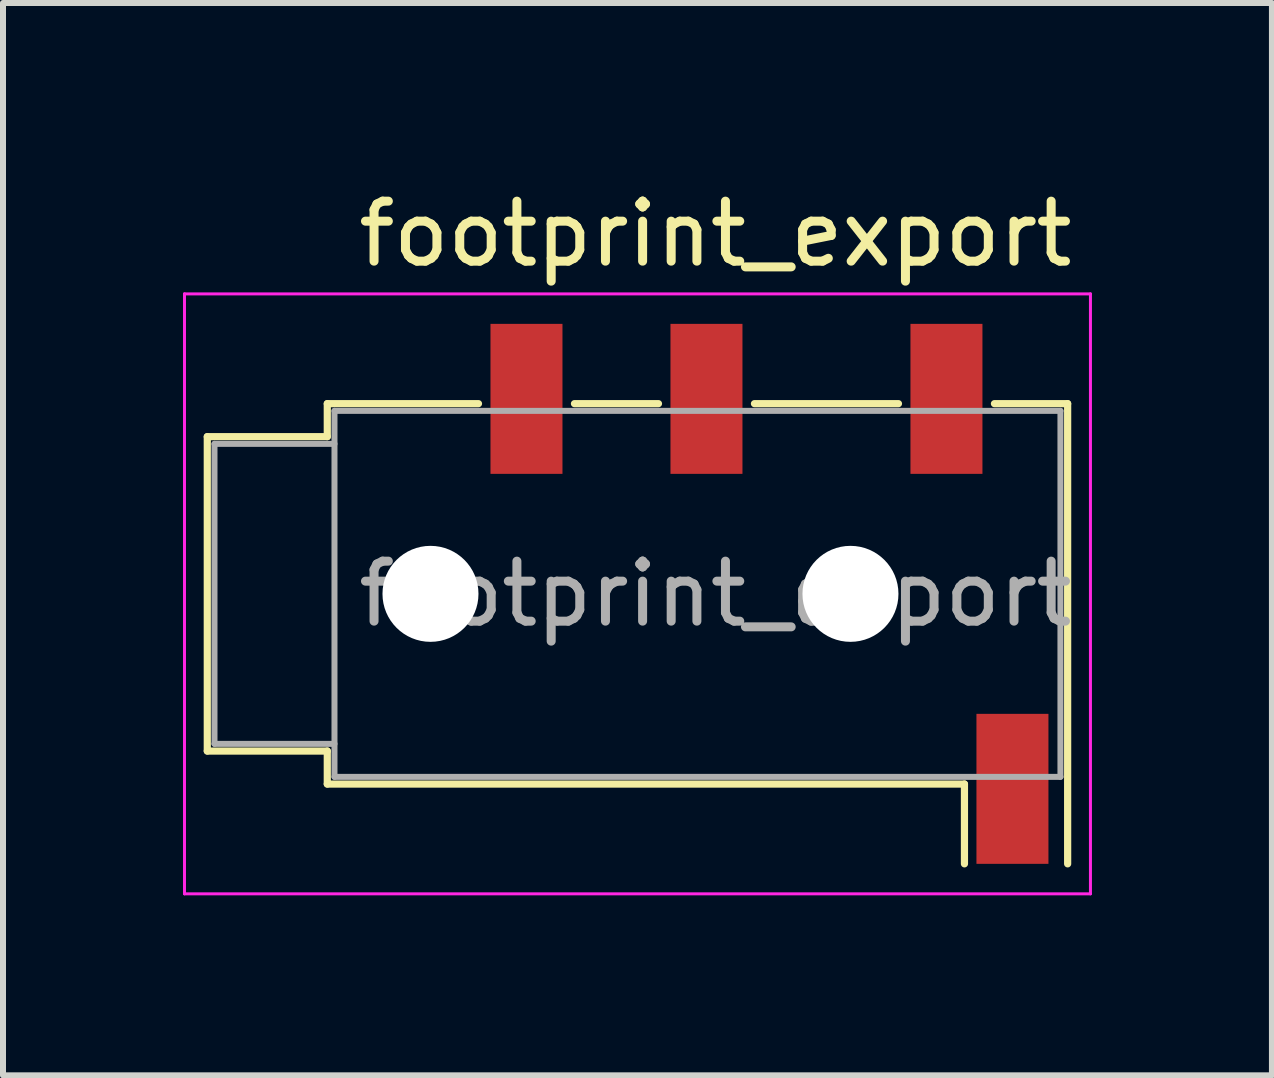
<source format=kicad_pcb>
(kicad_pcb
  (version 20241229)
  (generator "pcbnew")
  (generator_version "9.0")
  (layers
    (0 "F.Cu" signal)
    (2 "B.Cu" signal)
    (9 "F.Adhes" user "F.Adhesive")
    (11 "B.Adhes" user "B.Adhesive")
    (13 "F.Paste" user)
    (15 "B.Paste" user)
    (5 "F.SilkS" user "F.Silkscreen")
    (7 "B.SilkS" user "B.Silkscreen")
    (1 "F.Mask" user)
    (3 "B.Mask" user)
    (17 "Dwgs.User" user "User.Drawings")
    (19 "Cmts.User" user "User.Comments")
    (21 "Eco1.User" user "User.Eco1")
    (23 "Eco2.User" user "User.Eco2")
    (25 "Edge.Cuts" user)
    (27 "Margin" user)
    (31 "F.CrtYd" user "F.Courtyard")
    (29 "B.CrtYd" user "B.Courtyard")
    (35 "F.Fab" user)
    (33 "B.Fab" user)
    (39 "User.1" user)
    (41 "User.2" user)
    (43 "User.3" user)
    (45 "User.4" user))
  (footprint "footprint_export"
    (layer "F.Cu")
    (at 8.875 6.848)
    (property "Reference" "footprint_export" (at 0 -6 0) (unlocked yes) (layer "F.SilkS") (effects (font (size 1 1) (thickness 0.15))))
    (attr smd)
    (fp_line (start -8.47 -2.62) (end -6.47 -2.62) (stroke (width 0.12) (type solid)) (layer "F.SilkS"))
    (fp_line (start -8.47 2.62) (end -8.47 -2.62) (stroke (width 0.12) (type solid)) (layer "F.SilkS"))
    (fp_line (start -6.47 -3.17) (end -3.95 -3.17) (stroke (width 0.12) (type solid)) (layer "F.SilkS"))
    (fp_line (start -6.47 -2.62) (end -6.47 -3.17) (stroke (width 0.12) (type solid)) (layer "F.SilkS"))
    (fp_line (start -6.47 2.62) (end -8.47 2.62) (stroke (width 0.12) (type solid)) (layer "F.SilkS"))
    (fp_line (start -6.47 3.17) (end -6.47 2.62) (stroke (width 0.12) (type solid)) (layer "F.SilkS"))
    (fp_line (start -2.35 -3.17) (end -0.95 -3.17) (stroke (width 0.12) (type solid)) (layer "F.SilkS"))
    (fp_line (start 0.65 -3.17) (end 3.05 -3.17) (stroke (width 0.12) (type solid)) (layer "F.SilkS"))
    (fp_line (start 4.15 3.17) (end -6.47 3.17) (stroke (width 0.12) (type solid)) (layer "F.SilkS"))
    (fp_line (start 4.15 4.5) (end 4.15 3.17) (stroke (width 0.12) (type solid)) (layer "F.SilkS"))
    (fp_line (start 5.87 -3.17) (end 4.65 -3.17) (stroke (width 0.12) (type solid)) (layer "F.SilkS"))
    (fp_line (start 5.87 -3.17) (end 5.87 4.5) (stroke (width 0.12) (type solid)) (layer "F.SilkS"))
    (fp_line (start -8.85 -5) (end -8.85 5) (stroke (width 0.05) (type solid)) (layer "F.CrtYd"))
    (fp_line (start -8.85 5) (end 6.25 5) (stroke (width 0.05) (type solid)) (layer "F.CrtYd"))
    (fp_line (start 6.25 -5) (end -8.85 -5) (stroke (width 0.05) (type solid)) (layer "F.CrtYd"))
    (fp_line (start 6.25 5) (end 6.25 -5) (stroke (width 0.05) (type solid)) (layer "F.CrtYd"))
    (fp_line (start -8.35 -2.5) (end -6.35 -2.5) (stroke (width 0.1) (type solid)) (layer "F.Fab"))
    (fp_line (start -8.35 2.5) (end -8.35 -2.5) (stroke (width 0.1) (type solid)) (layer "F.Fab"))
    (fp_line (start -6.35 -3.05) (end 5.75 -3.05) (stroke (width 0.1) (type solid)) (layer "F.Fab"))
    (fp_line (start -6.35 2.5) (end -8.35 2.5) (stroke (width 0.1) (type solid)) (layer "F.Fab"))
    (fp_line (start -6.35 3.05) (end -6.35 -3.05) (stroke (width 0.1) (type solid)) (layer "F.Fab"))
    (fp_line (start 5.75 -3.05) (end 5.75 3.05) (stroke (width 0.1) (type solid)) (layer "F.Fab"))
    (fp_line (start 5.75 3.05) (end -6.35 3.05) (stroke (width 0.1) (type solid)) (layer "F.Fab"))
    (fp_text user "${REFERENCE}" (at 0 0 0) (unlocked yes) (layer "F.Fab") (effects (font (size 1 1) (thickness 0.15))))
    (pad "" np_thru_hole circle (at -4.75 0) (size 1.6 1.6) (drill 1.6) (layers "*.Cu" "*.Mask"))
    (pad "" np_thru_hole circle (at 2.25 0) (size 1.6 1.6) (drill 1.6) (layers "*.Cu" "*.Mask"))
    (pad "R1" smd rect (at -0.15 -3.25) (size 1.2 2.5) (layers "F.Cu" "F.Mask" "F.Paste"))
    (pad "R2" smd rect (at -3.15 -3.25) (size 1.2 2.5) (layers "F.Cu" "F.Mask" "F.Paste"))
    (pad "S" smd rect (at 4.95 3.25) (size 1.2 2.5) (layers "F.Cu" "F.Mask" "F.Paste"))
    (pad "T" smd rect (at 3.85 -3.25) (size 1.2 2.5) (layers "F.Cu" "F.Mask" "F.Paste")))
  (gr_rect
    (start -3 -3)
    (end 18.15 14.873)
    (stroke (width 0.1) (type default))
    (fill no)
    (layer "Edge.Cuts")))
</source>
